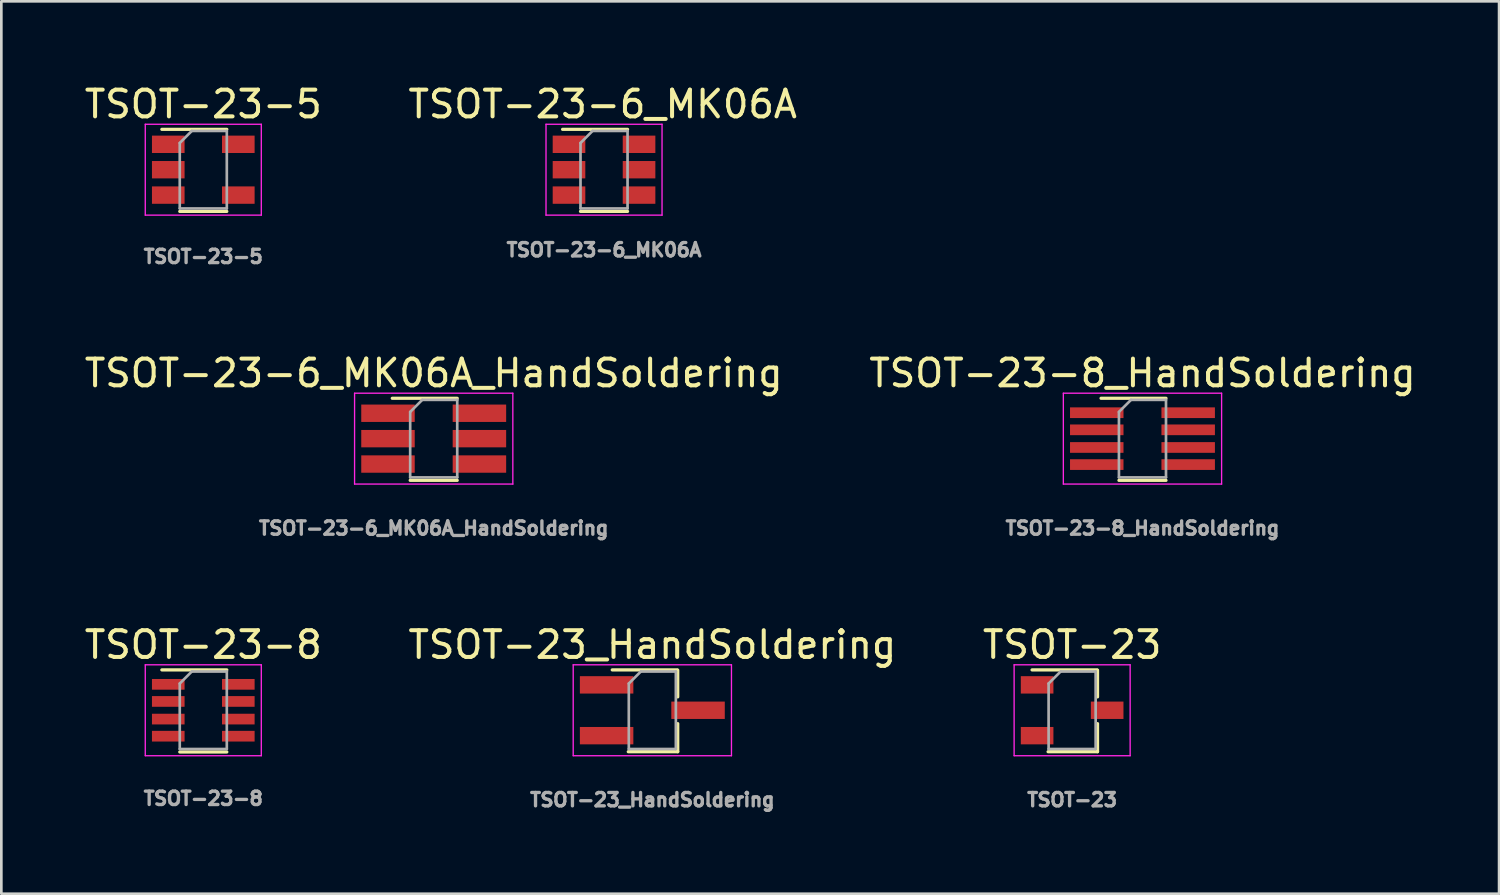
<source format=kicad_pcb>
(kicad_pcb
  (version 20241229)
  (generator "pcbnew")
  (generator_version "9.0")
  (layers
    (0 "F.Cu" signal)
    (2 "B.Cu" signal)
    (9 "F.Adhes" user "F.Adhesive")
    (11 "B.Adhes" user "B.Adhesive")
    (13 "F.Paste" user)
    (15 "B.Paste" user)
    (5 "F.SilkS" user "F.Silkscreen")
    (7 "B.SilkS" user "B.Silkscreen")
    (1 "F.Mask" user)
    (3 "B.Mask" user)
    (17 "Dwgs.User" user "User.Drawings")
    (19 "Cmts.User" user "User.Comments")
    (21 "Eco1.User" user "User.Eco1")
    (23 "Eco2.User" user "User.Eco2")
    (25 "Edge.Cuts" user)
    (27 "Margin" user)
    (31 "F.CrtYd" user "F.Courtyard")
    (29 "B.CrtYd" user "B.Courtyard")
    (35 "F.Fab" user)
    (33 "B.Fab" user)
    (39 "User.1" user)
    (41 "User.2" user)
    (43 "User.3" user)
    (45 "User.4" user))
  (footprint "TSOT-23"
    (layer "F.Cu")
    (at 37.054 23.518)
    (property "Reference" "TSOT-23" (at 0 -2.45 0) (layer "F.SilkS") (effects (font (size 1 1) (thickness 0.15))))
    (attr smd)
    (fp_line (start 0.93 -1.51) (end -1.5 -1.51) (stroke (width 0.12) (type solid)) (layer "F.SilkS"))
    (fp_line (start 0.95 -1.5) (end 0.95 -0.5) (stroke (width 0.12) (type solid)) (layer "F.SilkS"))
    (fp_line (start 0.95 0.5) (end 0.95 1.55) (stroke (width 0.12) (type solid)) (layer "F.SilkS"))
    (fp_line (start 0.95 1.55) (end -0.9 1.55) (stroke (width 0.12) (type solid)) (layer "F.SilkS"))
    (fp_line (start -2.17 -1.7) (end -2.17 1.7) (stroke (width 0.05) (type solid)) (layer "F.CrtYd"))
    (fp_line (start -2.17 -1.7) (end 2.17 -1.7) (stroke (width 0.05) (type solid)) (layer "F.CrtYd"))
    (fp_line (start 2.17 1.7) (end -2.17 1.7) (stroke (width 0.05) (type solid)) (layer "F.CrtYd"))
    (fp_line (start 2.17 1.7) (end 2.17 -1.7) (stroke (width 0.05) (type solid)) (layer "F.CrtYd"))
    (fp_line (start -0.88 -1) (end -0.88 1.45) (stroke (width 0.1) (type solid)) (layer "F.Fab"))
    (fp_line (start -0.88 -1) (end -0.43 -1.45) (stroke (width 0.1) (type solid)) (layer "F.Fab"))
    (fp_line (start 0.88 -1.45) (end -0.43 -1.45) (stroke (width 0.1) (type solid)) (layer "F.Fab"))
    (fp_line (start 0.88 -1.45) (end 0.88 1.45) (stroke (width 0.1) (type solid)) (layer "F.Fab"))
    (fp_line (start 0.88 1.45) (end -0.88 1.45) (stroke (width 0.1) (type solid)) (layer "F.Fab"))
    (fp_text user "${REFERENCE}" (at 0 3.35 0) (layer "F.Fab") (effects (font (size 0.5 0.5) (thickness 0.125))))
    (pad "1" smd rect (at -1.31 -0.95) (size 1.22 0.65) (layers "F.Cu" "F.Mask" "F.Paste"))
    (pad "2" smd rect (at -1.31 0.95) (size 1.22 0.65) (layers "F.Cu" "F.Mask" "F.Paste"))
    (pad "3" smd rect (at 1.31 0) (size 1.22 0.65) (layers "F.Cu" "F.Mask" "F.Paste")))
  (footprint "TSOT-23-8_HandSoldering"
    (layer "F.Cu")
    (at 39.685 13.358)
    (property "Reference" "TSOT-23-8_HandSoldering" (at 0 -2.45 0) (layer "F.SilkS") (effects (font (size 1 1) (thickness 0.15))))
    (attr smd)
    (fp_line (start -0.88 1.56) (end 0.88 1.56) (stroke (width 0.12) (type solid)) (layer "F.SilkS"))
    (fp_line (start 0.88 -1.51) (end -1.55 -1.51) (stroke (width 0.12) (type solid)) (layer "F.SilkS"))
    (fp_line (start -2.96 -1.7) (end -2.96 1.7) (stroke (width 0.05) (type solid)) (layer "F.CrtYd"))
    (fp_line (start -2.96 -1.7) (end 2.96 -1.7) (stroke (width 0.05) (type solid)) (layer "F.CrtYd"))
    (fp_line (start 2.96 1.7) (end -2.96 1.7) (stroke (width 0.05) (type solid)) (layer "F.CrtYd"))
    (fp_line (start 2.96 1.7) (end 2.96 -1.7) (stroke (width 0.05) (type solid)) (layer "F.CrtYd"))
    (fp_line (start -0.88 -1) (end -0.88 1.45) (stroke (width 0.1) (type solid)) (layer "F.Fab"))
    (fp_line (start -0.88 -1) (end -0.43 -1.45) (stroke (width 0.1) (type solid)) (layer "F.Fab"))
    (fp_line (start 0.88 -1.45) (end -0.43 -1.45) (stroke (width 0.1) (type solid)) (layer "F.Fab"))
    (fp_line (start 0.88 -1.45) (end 0.88 1.45) (stroke (width 0.1) (type solid)) (layer "F.Fab"))
    (fp_line (start 0.88 1.45) (end -0.88 1.45) (stroke (width 0.1) (type solid)) (layer "F.Fab"))
    (fp_text user "${REFERENCE}" (at 0 3.35 0) (layer "F.Fab") (effects (font (size 0.5 0.5) (thickness 0.125))))
    (pad "1" smd rect (at -1.71 -0.97) (size 2 0.4) (layers "F.Cu" "F.Mask" "F.Paste"))
    (pad "2" smd rect (at -1.71 -0.33) (size 2 0.4) (layers "F.Cu" "F.Mask" "F.Paste"))
    (pad "3" smd rect (at -1.71 0.33) (size 2 0.4) (layers "F.Cu" "F.Mask" "F.Paste"))
    (pad "4" smd rect (at -1.71 0.97) (size 2 0.4) (layers "F.Cu" "F.Mask" "F.Paste"))
    (pad "5" smd rect (at 1.71 0.97) (size 2 0.4) (layers "F.Cu" "F.Mask" "F.Paste"))
    (pad "6" smd rect (at 1.71 0.33) (size 2 0.4) (layers "F.Cu" "F.Mask" "F.Paste"))
    (pad "7" smd rect (at 1.71 -0.33) (size 2 0.4) (layers "F.Cu" "F.Mask" "F.Paste"))
    (pad "8" smd rect (at 1.71 -0.97) (size 2 0.4) (layers "F.Cu" "F.Mask" "F.Paste")))
  (footprint "TSOT-23-5"
    (layer "F.Cu")
    (at 4.554 3.298)
    (property "Reference" "TSOT-23-5" (at 0 -2.45 0) (layer "F.SilkS") (effects (font (size 1 1) (thickness 0.15))))
    (attr smd)
    (fp_line (start -0.88 1.56) (end 0.88 1.56) (stroke (width 0.12) (type solid)) (layer "F.SilkS"))
    (fp_line (start 0.88 -1.51) (end -1.55 -1.51) (stroke (width 0.12) (type solid)) (layer "F.SilkS"))
    (fp_line (start -2.17 -1.7) (end -2.17 1.7) (stroke (width 0.05) (type solid)) (layer "F.CrtYd"))
    (fp_line (start -2.17 -1.7) (end 2.17 -1.7) (stroke (width 0.05) (type solid)) (layer "F.CrtYd"))
    (fp_line (start 2.17 1.7) (end -2.17 1.7) (stroke (width 0.05) (type solid)) (layer "F.CrtYd"))
    (fp_line (start 2.17 1.7) (end 2.17 -1.7) (stroke (width 0.05) (type solid)) (layer "F.CrtYd"))
    (fp_line (start -0.88 -1) (end -0.88 1.45) (stroke (width 0.1) (type solid)) (layer "F.Fab"))
    (fp_line (start -0.88 -1) (end -0.43 -1.45) (stroke (width 0.1) (type solid)) (layer "F.Fab"))
    (fp_line (start 0.88 -1.45) (end -0.43 -1.45) (stroke (width 0.1) (type solid)) (layer "F.Fab"))
    (fp_line (start 0.88 -1.45) (end 0.88 1.45) (stroke (width 0.1) (type solid)) (layer "F.Fab"))
    (fp_line (start 0.88 1.45) (end -0.88 1.45) (stroke (width 0.1) (type solid)) (layer "F.Fab"))
    (fp_text user "${REFERENCE}" (at 0 3.25 0) (layer "F.Fab") (effects (font (size 0.5 0.5) (thickness 0.125))))
    (pad "1" smd rect (at -1.31 -0.95) (size 1.22 0.65) (layers "F.Cu" "F.Mask" "F.Paste"))
    (pad "2" smd rect (at -1.31 0) (size 1.22 0.65) (layers "F.Cu" "F.Mask" "F.Paste"))
    (pad "3" smd rect (at -1.31 0.95) (size 1.22 0.65) (layers "F.Cu" "F.Mask" "F.Paste"))
    (pad "4" smd rect (at 1.31 0.95) (size 1.22 0.65) (layers "F.Cu" "F.Mask" "F.Paste"))
    (pad "5" smd rect (at 1.31 -0.95) (size 1.22 0.65) (layers "F.Cu" "F.Mask" "F.Paste")))
  (footprint "TSOT-23-8"
    (layer "F.Cu")
    (at 4.554 23.518)
    (property "Reference" "TSOT-23-8" (at 0 -2.45 0) (layer "F.SilkS") (effects (font (size 1 1) (thickness 0.15))))
    (attr smd)
    (fp_line (start -0.88 1.56) (end 0.88 1.56) (stroke (width 0.12) (type solid)) (layer "F.SilkS"))
    (fp_line (start 0.88 -1.51) (end -1.55 -1.51) (stroke (width 0.12) (type solid)) (layer "F.SilkS"))
    (fp_line (start -2.17 -1.7) (end -2.17 1.7) (stroke (width 0.05) (type solid)) (layer "F.CrtYd"))
    (fp_line (start -2.17 -1.7) (end 2.17 -1.7) (stroke (width 0.05) (type solid)) (layer "F.CrtYd"))
    (fp_line (start 2.17 1.7) (end -2.17 1.7) (stroke (width 0.05) (type solid)) (layer "F.CrtYd"))
    (fp_line (start 2.17 1.7) (end 2.17 -1.7) (stroke (width 0.05) (type solid)) (layer "F.CrtYd"))
    (fp_line (start -0.88 -1) (end -0.88 1.45) (stroke (width 0.1) (type solid)) (layer "F.Fab"))
    (fp_line (start -0.88 -1) (end -0.43 -1.45) (stroke (width 0.1) (type solid)) (layer "F.Fab"))
    (fp_line (start 0.88 -1.45) (end -0.43 -1.45) (stroke (width 0.1) (type solid)) (layer "F.Fab"))
    (fp_line (start 0.88 -1.45) (end 0.88 1.45) (stroke (width 0.1) (type solid)) (layer "F.Fab"))
    (fp_line (start 0.88 1.45) (end -0.88 1.45) (stroke (width 0.1) (type solid)) (layer "F.Fab"))
    (fp_text user "${REFERENCE}" (at 0 3.3 0) (layer "F.Fab") (effects (font (size 0.5 0.5) (thickness 0.125))))
    (pad "1" smd rect (at -1.31 -0.97) (size 1.22 0.4) (layers "F.Cu" "F.Mask" "F.Paste"))
    (pad "2" smd rect (at -1.31 -0.33) (size 1.22 0.4) (layers "F.Cu" "F.Mask" "F.Paste"))
    (pad "3" smd rect (at -1.31 0.33) (size 1.22 0.4) (layers "F.Cu" "F.Mask" "F.Paste"))
    (pad "4" smd rect (at -1.31 0.97) (size 1.22 0.4) (layers "F.Cu" "F.Mask" "F.Paste"))
    (pad "5" smd rect (at 1.31 0.97) (size 1.22 0.4) (layers "F.Cu" "F.Mask" "F.Paste"))
    (pad "6" smd rect (at 1.31 0.33) (size 1.22 0.4) (layers "F.Cu" "F.Mask" "F.Paste"))
    (pad "7" smd rect (at 1.31 -0.33) (size 1.22 0.4) (layers "F.Cu" "F.Mask" "F.Paste"))
    (pad "8" smd rect (at 1.31 -0.97) (size 1.22 0.4) (layers "F.Cu" "F.Mask" "F.Paste")))
  (footprint "TSOT-23-6_MK06A_HandSoldering"
    (layer "F.Cu")
    (at 13.173 13.358)
    (property "Reference" "TSOT-23-6_MK06A_HandSoldering" (at 0 -2.45 0) (layer "F.SilkS") (effects (font (size 1 1) (thickness 0.15))))
    (attr smd)
    (fp_line (start -0.88 1.56) (end 0.88 1.56) (stroke (width 0.12) (type solid)) (layer "F.SilkS"))
    (fp_line (start 0.88 -1.51) (end -1.55 -1.51) (stroke (width 0.12) (type solid)) (layer "F.SilkS"))
    (fp_line (start -2.96 -1.7) (end -2.96 1.7) (stroke (width 0.05) (type solid)) (layer "F.CrtYd"))
    (fp_line (start -2.96 -1.7) (end 2.96 -1.7) (stroke (width 0.05) (type solid)) (layer "F.CrtYd"))
    (fp_line (start 2.96 1.7) (end -2.96 1.7) (stroke (width 0.05) (type solid)) (layer "F.CrtYd"))
    (fp_line (start 2.96 1.7) (end 2.96 -1.7) (stroke (width 0.05) (type solid)) (layer "F.CrtYd"))
    (fp_line (start -0.88 -1) (end -0.88 1.45) (stroke (width 0.1) (type solid)) (layer "F.Fab"))
    (fp_line (start -0.88 -1) (end -0.43 -1.45) (stroke (width 0.1) (type solid)) (layer "F.Fab"))
    (fp_line (start 0.88 -1.45) (end -0.43 -1.45) (stroke (width 0.1) (type solid)) (layer "F.Fab"))
    (fp_line (start 0.88 -1.45) (end 0.88 1.45) (stroke (width 0.1) (type solid)) (layer "F.Fab"))
    (fp_line (start 0.88 1.45) (end -0.88 1.45) (stroke (width 0.1) (type solid)) (layer "F.Fab"))
    (fp_text user "${REFERENCE}" (at 0 3.35 0) (layer "F.Fab") (effects (font (size 0.5 0.5) (thickness 0.125))))
    (pad "1" smd rect (at -1.71 -0.95) (size 2 0.65) (layers "F.Cu" "F.Mask" "F.Paste"))
    (pad "2" smd rect (at -1.71 0) (size 2 0.65) (layers "F.Cu" "F.Mask" "F.Paste"))
    (pad "3" smd rect (at -1.71 0.95) (size 2 0.65) (layers "F.Cu" "F.Mask" "F.Paste"))
    (pad "4" smd rect (at 1.71 0.95) (size 2 0.65) (layers "F.Cu" "F.Mask" "F.Paste"))
    (pad "5" smd rect (at 1.71 0) (size 2 0.65) (layers "F.Cu" "F.Mask" "F.Paste"))
    (pad "6" smd rect (at 1.71 -0.95) (size 2 0.65) (layers "F.Cu" "F.Mask" "F.Paste")))
  (footprint "TSOT-23-6_MK06A"
    (layer "F.Cu")
    (at 19.544 3.298)
    (property "Reference" "TSOT-23-6_MK06A" (at -0.05 -2.45 0) (layer "F.SilkS") (effects (font (size 1 1) (thickness 0.15))))
    (attr smd)
    (fp_line (start -0.88 1.56) (end 0.88 1.56) (stroke (width 0.12) (type solid)) (layer "F.SilkS"))
    (fp_line (start 0.88 -1.51) (end -1.55 -1.51) (stroke (width 0.12) (type solid)) (layer "F.SilkS"))
    (fp_line (start -2.17 -1.7) (end -2.17 1.7) (stroke (width 0.05) (type solid)) (layer "F.CrtYd"))
    (fp_line (start -2.17 -1.7) (end 2.17 -1.7) (stroke (width 0.05) (type solid)) (layer "F.CrtYd"))
    (fp_line (start 2.17 1.7) (end -2.17 1.7) (stroke (width 0.05) (type solid)) (layer "F.CrtYd"))
    (fp_line (start 2.17 1.7) (end 2.17 -1.7) (stroke (width 0.05) (type solid)) (layer "F.CrtYd"))
    (fp_line (start -0.88 -1) (end -0.88 1.45) (stroke (width 0.1) (type solid)) (layer "F.Fab"))
    (fp_line (start -0.88 -1) (end -0.43 -1.45) (stroke (width 0.1) (type solid)) (layer "F.Fab"))
    (fp_line (start 0.88 -1.45) (end -0.43 -1.45) (stroke (width 0.1) (type solid)) (layer "F.Fab"))
    (fp_line (start 0.88 -1.45) (end 0.88 1.45) (stroke (width 0.1) (type solid)) (layer "F.Fab"))
    (fp_line (start 0.88 1.45) (end -0.88 1.45) (stroke (width 0.1) (type solid)) (layer "F.Fab"))
    (fp_text user "${REFERENCE}" (at 0 3 0) (layer "F.Fab") (effects (font (size 0.5 0.5) (thickness 0.125))))
    (pad "1" smd rect (at -1.31 -0.95) (size 1.22 0.65) (layers "F.Cu" "F.Mask" "F.Paste"))
    (pad "2" smd rect (at -1.31 0) (size 1.22 0.65) (layers "F.Cu" "F.Mask" "F.Paste"))
    (pad "3" smd rect (at -1.31 0.95) (size 1.22 0.65) (layers "F.Cu" "F.Mask" "F.Paste"))
    (pad "4" smd rect (at 1.31 0.95) (size 1.22 0.65) (layers "F.Cu" "F.Mask" "F.Paste"))
    (pad "5" smd rect (at 1.31 0) (size 1.22 0.65) (layers "F.Cu" "F.Mask" "F.Paste"))
    (pad "6" smd rect (at 1.31 -0.95) (size 1.22 0.65) (layers "F.Cu" "F.Mask" "F.Paste")))
  (footprint "TSOT-23_HandSoldering"
    (layer "F.Cu")
    (at 21.351 23.518)
    (property "Reference" "TSOT-23_HandSoldering" (at 0 -2.45 0) (layer "F.SilkS") (effects (font (size 1 1) (thickness 0.15))))
    (attr smd)
    (fp_line (start 0.93 -1.51) (end -1.5 -1.51) (stroke (width 0.12) (type solid)) (layer "F.SilkS"))
    (fp_line (start 0.95 -1.5) (end 0.95 -0.5) (stroke (width 0.12) (type solid)) (layer "F.SilkS"))
    (fp_line (start 0.95 0.5) (end 0.95 1.55) (stroke (width 0.12) (type solid)) (layer "F.SilkS"))
    (fp_line (start 0.95 1.55) (end -0.9 1.55) (stroke (width 0.12) (type solid)) (layer "F.SilkS"))
    (fp_line (start -2.96 -1.7) (end -2.96 1.7) (stroke (width 0.05) (type solid)) (layer "F.CrtYd"))
    (fp_line (start -2.96 -1.7) (end 2.96 -1.7) (stroke (width 0.05) (type solid)) (layer "F.CrtYd"))
    (fp_line (start 2.96 1.7) (end -2.96 1.7) (stroke (width 0.05) (type solid)) (layer "F.CrtYd"))
    (fp_line (start 2.96 1.7) (end 2.96 -1.7) (stroke (width 0.05) (type solid)) (layer "F.CrtYd"))
    (fp_line (start -0.88 -1) (end -0.88 1.45) (stroke (width 0.1) (type solid)) (layer "F.Fab"))
    (fp_line (start -0.88 -1) (end -0.43 -1.45) (stroke (width 0.1) (type solid)) (layer "F.Fab"))
    (fp_line (start 0.88 -1.45) (end -0.43 -1.45) (stroke (width 0.1) (type solid)) (layer "F.Fab"))
    (fp_line (start 0.88 -1.45) (end 0.88 1.45) (stroke (width 0.1) (type solid)) (layer "F.Fab"))
    (fp_line (start 0.88 1.45) (end -0.88 1.45) (stroke (width 0.1) (type solid)) (layer "F.Fab"))
    (fp_text user "${REFERENCE}" (at 0 3.35 0) (layer "F.Fab") (effects (font (size 0.5 0.5) (thickness 0.125))))
    (pad "1" smd rect (at -1.71 -0.95) (size 2 0.65) (layers "F.Cu" "F.Mask" "F.Paste"))
    (pad "2" smd rect (at -1.71 0.95) (size 2 0.65) (layers "F.Cu" "F.Mask" "F.Paste"))
    (pad "3" smd rect (at 1.71 0) (size 2 0.65) (layers "F.Cu" "F.Mask" "F.Paste")))
  (gr_rect
    (start -3 -3)
    (end 53.024 30.38)
    (stroke (width 0.1) (type default))
    (fill no)
    (layer "Edge.Cuts")))
</source>
